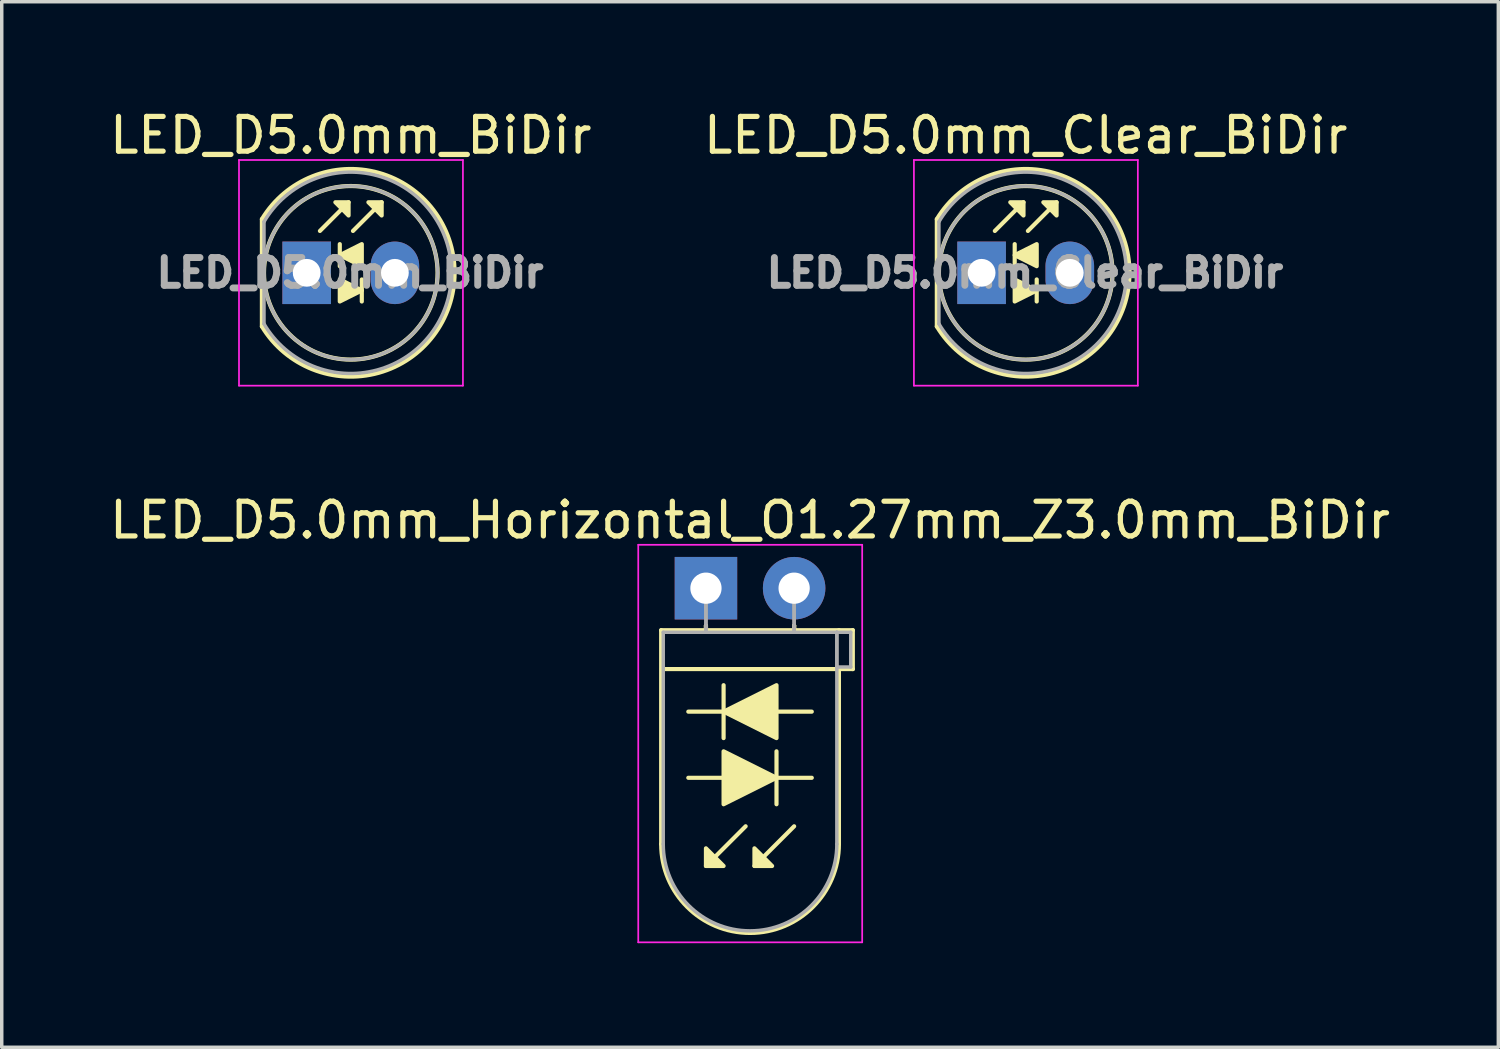
<source format=kicad_pcb>
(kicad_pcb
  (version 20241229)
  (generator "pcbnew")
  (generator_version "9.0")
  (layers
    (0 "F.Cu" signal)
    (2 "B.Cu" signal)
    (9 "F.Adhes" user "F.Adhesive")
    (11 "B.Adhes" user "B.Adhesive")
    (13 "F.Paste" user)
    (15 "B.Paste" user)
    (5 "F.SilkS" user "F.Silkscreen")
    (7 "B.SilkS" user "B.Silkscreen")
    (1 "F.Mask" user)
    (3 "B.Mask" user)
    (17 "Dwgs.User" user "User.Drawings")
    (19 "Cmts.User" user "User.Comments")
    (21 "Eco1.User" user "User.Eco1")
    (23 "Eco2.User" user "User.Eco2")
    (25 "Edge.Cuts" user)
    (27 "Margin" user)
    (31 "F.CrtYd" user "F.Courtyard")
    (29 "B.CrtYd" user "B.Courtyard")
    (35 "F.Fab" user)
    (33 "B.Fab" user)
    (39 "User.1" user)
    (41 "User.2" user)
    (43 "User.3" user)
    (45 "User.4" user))
  (footprint "LED_D5.0mm_BiDir"
    (layer "F.Cu")
    (at 5.784 4.808)
    (property "Reference" "LED_D5.0mm_BiDir" (at 1.27 -3.96 0) (layer "F.SilkS") (effects (font (size 1 1) (thickness 0.15))))
    (fp_line (start -1.29 -1.545) (end -1.29 1.545) (stroke (width 0.12) (type solid)) (layer "F.SilkS"))
    (fp_line (start 0.381 -1.206) (end 1.206 -2.032) (stroke (width 0.12) (type solid)) (layer "F.SilkS"))
    (fp_line (start 0.953 -0.826) (end 0.953 -0.191) (stroke (width 0.12) (type solid)) (layer "F.SilkS"))
    (fp_line (start 1.333 -1.206) (end 2.159 -2.032) (stroke (width 0.12) (type solid)) (layer "F.SilkS"))
    (fp_line (start 1.587 0.826) (end 1.587 0.191) (stroke (width 0.12) (type solid)) (layer "F.SilkS"))
    (fp_arc (start -1.29 -1.54483) (mid 2.072002 -2.880433) (end 4.26 0.000462) (stroke (width 0.12) (type solid)) (layer "F.SilkS"))
    (fp_arc (start 4.26 -0.000462) (mid 2.072002 2.880433) (end -1.29 1.54483) (stroke (width 0.12) (type solid)) (layer "F.SilkS"))
    (fp_circle (center 1.27 0) (end 3.77 0) (stroke (width 0.12) (type solid)) (fill no) (layer "F.SilkS"))
    (fp_poly (pts (xy 0.953 0.191) (xy 1.587 0.508) (xy 0.953 0.826)) (stroke (width 0.12) (type solid)) (fill yes) (layer "F.SilkS"))
    (fp_poly (pts (xy 1.206 -1.651) (xy 0.826 -2.032) (xy 1.206 -2.032)) (stroke (width 0.12) (type solid)) (fill yes) (layer "F.SilkS"))
    (fp_poly (pts (xy 1.587 -0.191) (xy 0.953 -0.508) (xy 1.587 -0.826)) (stroke (width 0.12) (type solid)) (fill yes) (layer "F.SilkS"))
    (fp_poly (pts (xy 2.159 -1.651) (xy 1.778 -2.032) (xy 2.159 -2.032)) (stroke (width 0.12) (type solid)) (fill yes) (layer "F.SilkS"))
    (fp_line (start -1.95 -3.25) (end -1.95 3.25) (stroke (width 0.05) (type solid)) (layer "F.CrtYd"))
    (fp_line (start -1.95 3.25) (end 4.5 3.25) (stroke (width 0.05) (type solid)) (layer "F.CrtYd"))
    (fp_line (start 4.5 -3.25) (end -1.95 -3.25) (stroke (width 0.05) (type solid)) (layer "F.CrtYd"))
    (fp_line (start 4.5 3.25) (end 4.5 -3.25) (stroke (width 0.05) (type solid)) (layer "F.CrtYd"))
    (fp_line (start -1.23 -1.47) (end -1.23 1.47) (stroke (width 0.1) (type solid)) (layer "F.Fab"))
    (fp_arc (start -1.23 -1.469694) (mid 4.17 0.000016) (end -1.230016 1.469666) (stroke (width 0.1) (type solid)) (layer "F.Fab"))
    (fp_circle (center 1.27 0) (end 3.77 0) (stroke (width 0.1) (type solid)) (fill no) (layer "F.Fab"))
    (fp_text user "${REFERENCE}" (at 1.25 0 0) (layer "F.Fab") (effects (font (size 0.8 0.8) (thickness 0.2))))
    (pad "1" thru_hole rect (at 0 0) (size 1.4 1.8) (drill 0.8) (layers "*.Cu" "*.Mask"))
    (pad "2" thru_hole oval (at 2.54 0) (size 1.4 1.8) (drill 0.8) (layers "*.Cu" "*.Mask")))
  (footprint "LED_D5.0mm_Horizontal_O1.27mm_Z3.0mm_BiDir"
    (layer "F.Cu")
    (at 17.284 13.892)
    (property "Reference" "LED_D5.0mm_Horizontal_O1.27mm_Z3.0mm_BiDir" (at 1.27 -1.96 0) (layer "F.SilkS") (effects (font (size 1 1) (thickness 0.15))))
    (fp_line (start -1.29 1.21) (end -1.29 7.37) (stroke (width 0.12) (type solid)) (layer "F.SilkS"))
    (fp_line (start -1.29 1.21) (end 3.83 1.21) (stroke (width 0.12) (type solid)) (layer "F.SilkS"))
    (fp_line (start -0.508 5.461) (end 0.508 5.461) (stroke (width 0.12) (type solid)) (layer "F.SilkS"))
    (fp_line (start 0 1.08) (end 0 1.08) (stroke (width 0.12) (type solid)) (layer "F.SilkS"))
    (fp_line (start 0 1.08) (end 0 1.21) (stroke (width 0.12) (type solid)) (layer "F.SilkS"))
    (fp_line (start 0 1.21) (end 0 1.08) (stroke (width 0.12) (type solid)) (layer "F.SilkS"))
    (fp_line (start 0 1.21) (end 0 1.21) (stroke (width 0.12) (type solid)) (layer "F.SilkS"))
    (fp_line (start 0.508 2.794) (end 0.508 4.318) (stroke (width 0.12) (type solid)) (layer "F.SilkS"))
    (fp_line (start 0.508 3.556) (end -0.508 3.556) (stroke (width 0.12) (type solid)) (layer "F.SilkS"))
    (fp_line (start 1.143 6.858) (end 0 8.001) (stroke (width 0.12) (type solid)) (layer "F.SilkS"))
    (fp_line (start 2.032 5.461) (end 3.048 5.461) (stroke (width 0.12) (type solid)) (layer "F.SilkS"))
    (fp_line (start 2.032 6.223) (end 2.032 4.699) (stroke (width 0.12) (type solid)) (layer "F.SilkS"))
    (fp_line (start 2.54 1.08) (end 2.54 1.08) (stroke (width 0.12) (type solid)) (layer "F.SilkS"))
    (fp_line (start 2.54 1.08) (end 2.54 1.21) (stroke (width 0.12) (type solid)) (layer "F.SilkS"))
    (fp_line (start 2.54 1.21) (end 2.54 1.08) (stroke (width 0.12) (type solid)) (layer "F.SilkS"))
    (fp_line (start 2.54 1.21) (end 2.54 1.21) (stroke (width 0.12) (type solid)) (layer "F.SilkS"))
    (fp_line (start 2.54 6.858) (end 1.397 8.001) (stroke (width 0.12) (type solid)) (layer "F.SilkS"))
    (fp_line (start 3.048 3.556) (end 2.032 3.556) (stroke (width 0.12) (type solid)) (layer "F.SilkS"))
    (fp_line (start 3.83 1.21) (end 4.23 1.21) (stroke (width 0.12) (type solid)) (layer "F.SilkS"))
    (fp_line (start 3.83 2.33) (end 3.83 7.37) (stroke (width 0.12) (type solid)) (layer "F.SilkS"))
    (fp_line (start 4.23 1.21) (end 4.23 2.33) (stroke (width 0.12) (type solid)) (layer "F.SilkS"))
    (fp_line (start 4.23 2.33) (end -1.27 2.33) (stroke (width 0.12) (type solid)) (layer "F.SilkS"))
    (fp_arc (start 3.83 7.37) (mid 1.27 9.93) (end -1.29 7.37) (stroke (width 0.12) (type solid)) (layer "F.SilkS"))
    (fp_poly (pts (xy 0 7.493) (xy 0.508 8.001) (xy 0 8.001)) (stroke (width 0.12) (type solid)) (fill yes) (layer "F.SilkS"))
    (fp_poly (pts (xy 0.508 4.699) (xy 2.032 5.461) (xy 0.508 6.223)) (stroke (width 0.12) (type solid)) (fill yes) (layer "F.SilkS"))
    (fp_poly (pts (xy 1.397 7.493) (xy 1.905 8.001) (xy 1.397 8.001)) (stroke (width 0.12) (type solid)) (fill yes) (layer "F.SilkS"))
    (fp_poly (pts (xy 2.032 4.318) (xy 0.508 3.556) (xy 2.032 2.794)) (stroke (width 0.12) (type solid)) (fill yes) (layer "F.SilkS"))
    (fp_line (start -1.95 -1.25) (end -1.95 10.2) (stroke (width 0.05) (type solid)) (layer "F.CrtYd"))
    (fp_line (start -1.95 10.2) (end 4.5 10.2) (stroke (width 0.05) (type solid)) (layer "F.CrtYd"))
    (fp_line (start 4.5 -1.25) (end -1.95 -1.25) (stroke (width 0.05) (type solid)) (layer "F.CrtYd"))
    (fp_line (start 4.5 10.2) (end 4.5 -1.25) (stroke (width 0.05) (type solid)) (layer "F.CrtYd"))
    (fp_line (start -1.23 1.27) (end -1.23 7.37) (stroke (width 0.1) (type solid)) (layer "F.Fab"))
    (fp_line (start -1.23 1.27) (end 3.77 1.27) (stroke (width 0.1) (type solid)) (layer "F.Fab"))
    (fp_line (start 0 0) (end 0 0) (stroke (width 0.1) (type solid)) (layer "F.Fab"))
    (fp_line (start 0 0) (end 0 1.27) (stroke (width 0.1) (type solid)) (layer "F.Fab"))
    (fp_line (start 0 1.27) (end 0 0) (stroke (width 0.1) (type solid)) (layer "F.Fab"))
    (fp_line (start 0 1.27) (end 0 1.27) (stroke (width 0.1) (type solid)) (layer "F.Fab"))
    (fp_line (start 2.54 0) (end 2.54 0) (stroke (width 0.1) (type solid)) (layer "F.Fab"))
    (fp_line (start 2.54 0) (end 2.54 1.27) (stroke (width 0.1) (type solid)) (layer "F.Fab"))
    (fp_line (start 2.54 1.27) (end 2.54 0) (stroke (width 0.1) (type solid)) (layer "F.Fab"))
    (fp_line (start 2.54 1.27) (end 2.54 1.27) (stroke (width 0.1) (type solid)) (layer "F.Fab"))
    (fp_line (start 3.77 1.27) (end 3.77 7.37) (stroke (width 0.1) (type solid)) (layer "F.Fab"))
    (fp_line (start 3.77 1.27) (end 4.17 1.27) (stroke (width 0.1) (type solid)) (layer "F.Fab"))
    (fp_line (start 3.77 2.27) (end 3.77 1.27) (stroke (width 0.1) (type solid)) (layer "F.Fab"))
    (fp_line (start 4.17 1.27) (end 4.17 2.27) (stroke (width 0.1) (type solid)) (layer "F.Fab"))
    (fp_line (start 4.17 2.27) (end 3.77 2.27) (stroke (width 0.1) (type solid)) (layer "F.Fab"))
    (fp_arc (start 3.77 7.37) (mid 1.27 9.87) (end -1.23 7.37) (stroke (width 0.1) (type solid)) (layer "F.Fab"))
    (pad "1" thru_hole rect (at 0 0) (size 1.8 1.8) (drill 0.9) (layers "*.Cu" "*.Mask"))
    (pad "2" thru_hole circle (at 2.54 0) (size 1.8 1.8) (drill 0.9) (layers "*.Cu" "*.Mask")))
  (footprint "LED_D5.0mm_Clear_BiDir"
    (layer "F.Cu")
    (at 25.224 4.808)
    (property "Reference" "LED_D5.0mm_Clear_BiDir" (at 1.27 -3.96 0) (layer "F.SilkS") (effects (font (size 1 1) (thickness 0.15))))
    (fp_line (start -1.29 -1.545) (end -1.29 1.545) (stroke (width 0.12) (type solid)) (layer "F.SilkS"))
    (fp_line (start 0.381 -1.206) (end 1.206 -2.032) (stroke (width 0.12) (type solid)) (layer "F.SilkS"))
    (fp_line (start 0.953 -0.826) (end 0.953 -0.191) (stroke (width 0.12) (type solid)) (layer "F.SilkS"))
    (fp_line (start 1.333 -1.206) (end 2.159 -2.032) (stroke (width 0.12) (type solid)) (layer "F.SilkS"))
    (fp_line (start 1.587 0.826) (end 1.587 0.191) (stroke (width 0.12) (type solid)) (layer "F.SilkS"))
    (fp_arc (start -1.29 -1.54483) (mid 2.072002 -2.880433) (end 4.26 0.000462) (stroke (width 0.12) (type solid)) (layer "F.SilkS"))
    (fp_arc (start 4.26 -0.000462) (mid 2.072002 2.880433) (end -1.29 1.54483) (stroke (width 0.12) (type solid)) (layer "F.SilkS"))
    (fp_circle (center 1.27 0) (end 3.77 0) (stroke (width 0.12) (type solid)) (fill no) (layer "F.SilkS"))
    (fp_poly (pts (xy 0.953 0.191) (xy 1.587 0.508) (xy 0.953 0.826)) (stroke (width 0.12) (type solid)) (fill yes) (layer "F.SilkS"))
    (fp_poly (pts (xy 1.206 -1.651) (xy 0.826 -2.032) (xy 1.206 -2.032)) (stroke (width 0.12) (type solid)) (fill yes) (layer "F.SilkS"))
    (fp_poly (pts (xy 1.587 -0.191) (xy 0.953 -0.508) (xy 1.587 -0.826)) (stroke (width 0.12) (type solid)) (fill yes) (layer "F.SilkS"))
    (fp_poly (pts (xy 2.159 -1.651) (xy 1.778 -2.032) (xy 2.159 -2.032)) (stroke (width 0.12) (type solid)) (fill yes) (layer "F.SilkS"))
    (fp_line (start -1.95 -3.25) (end -1.95 3.25) (stroke (width 0.05) (type solid)) (layer "F.CrtYd"))
    (fp_line (start -1.95 3.25) (end 4.5 3.25) (stroke (width 0.05) (type solid)) (layer "F.CrtYd"))
    (fp_line (start 4.5 -3.25) (end -1.95 -3.25) (stroke (width 0.05) (type solid)) (layer "F.CrtYd"))
    (fp_line (start 4.5 3.25) (end 4.5 -3.25) (stroke (width 0.05) (type solid)) (layer "F.CrtYd"))
    (fp_line (start -1.23 -1.47) (end -1.23 1.47) (stroke (width 0.1) (type solid)) (layer "F.Fab"))
    (fp_arc (start -1.23 -1.469694) (mid 4.17 0.000016) (end -1.230016 1.469666) (stroke (width 0.1) (type solid)) (layer "F.Fab"))
    (fp_circle (center 1.27 0) (end 3.77 0) (stroke (width 0.1) (type solid)) (fill no) (layer "F.Fab"))
    (fp_text user "${REFERENCE}" (at 1.25 0 0) (layer "F.Fab") (effects (font (size 0.8 0.8) (thickness 0.2))))
    (pad "1" thru_hole rect (at 0 0) (size 1.4 1.8) (drill 0.8) (layers "*.Cu" "*.Mask"))
    (pad "2" thru_hole oval (at 2.54 0) (size 1.4 1.8) (drill 0.8) (layers "*.Cu" "*.Mask")))
  (gr_rect
    (start -3 -3)
    (end 40.107 27.116)
    (stroke (width 0.1) (type default))
    (fill no)
    (layer "Edge.Cuts")))
</source>
